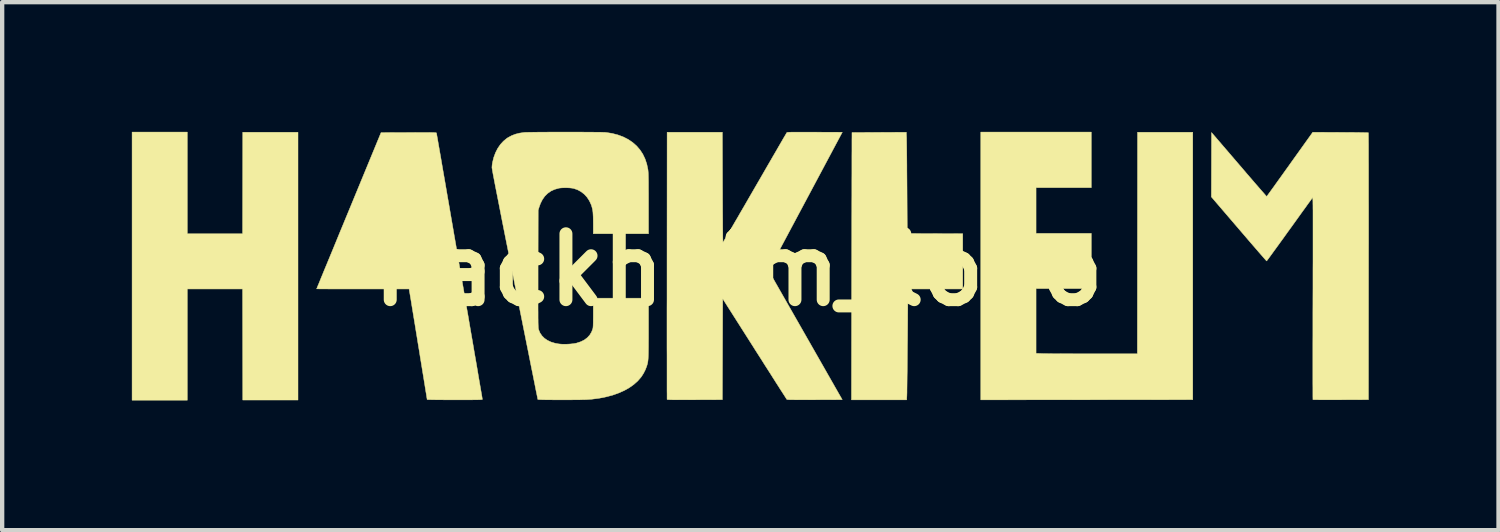
<source format=kicad_pcb>
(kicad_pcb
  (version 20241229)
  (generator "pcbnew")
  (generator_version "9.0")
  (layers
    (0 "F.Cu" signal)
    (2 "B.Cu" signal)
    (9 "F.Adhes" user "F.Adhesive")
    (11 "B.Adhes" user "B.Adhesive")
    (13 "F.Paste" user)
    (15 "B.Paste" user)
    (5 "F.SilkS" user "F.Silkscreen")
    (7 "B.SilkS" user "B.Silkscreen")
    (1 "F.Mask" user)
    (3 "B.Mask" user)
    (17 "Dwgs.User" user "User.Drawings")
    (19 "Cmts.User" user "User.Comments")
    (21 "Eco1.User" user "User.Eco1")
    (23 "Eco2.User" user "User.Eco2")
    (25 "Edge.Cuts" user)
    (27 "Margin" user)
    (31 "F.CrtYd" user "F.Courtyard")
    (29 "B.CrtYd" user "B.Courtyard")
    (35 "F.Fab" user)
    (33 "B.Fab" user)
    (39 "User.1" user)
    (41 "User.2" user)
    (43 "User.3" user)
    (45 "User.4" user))
  (footprint "hackheim_logo"
    (layer "F.Cu")
    (at 14.032 3.192)
    (property "Reference" "hackheim_logo" (at 0 0 0) (layer "F.SilkS") (effects (font (size 1.524 1.524) (thickness 0.3))))
    (attr through_hole)
    (fp_poly (pts (xy -12.749 -0.836) (xy -11.471 -0.836) (xy -11.467 -3.183) (xy -10.189 -3.183) (xy -10.189 3.011) (xy -11.467 3.011) (xy -11.469 1.727) (xy -11.471 0.442) (xy -12.749 0.442) (xy -12.749 3.015) (xy -14.027 3.015) (xy -14.027 -3.187) (xy -12.749 -3.187) (xy -12.749 -0.836)) (stroke (width 0.01) (type solid)) (fill yes) (layer "F.SilkS"))
    (fp_poly (pts (xy 8.161 -1.901) (xy 6.883 -1.901) (xy 6.883 -0.844) (xy 8.161 -0.844) (xy 8.161 0.434) (xy 6.883 0.434) (xy 6.883 1.931) (xy 7.019 1.936) (xy 7.045 1.937) (xy 7.085 1.938) (xy 7.14 1.938) (xy 7.208 1.939) (xy 7.287 1.94) (xy 7.377 1.94) (xy 7.477 1.941) (xy 7.585 1.941) (xy 7.7 1.941) (xy 7.821 1.942) (xy 7.947 1.942) (xy 8.076 1.942) (xy 8.191 1.942) (xy 9.226 1.942) (xy 9.228 -0.621) (xy 9.23 -3.183) (xy 10.508 -3.183) (xy 10.508 3.003) (xy 8.056 3.005) (xy 5.604 3.007) (xy 5.604 -3.187) (xy 8.161 -3.187) (xy 8.161 -1.901)) (stroke (width 0.01) (type solid)) (fill yes) (layer "F.SilkS"))
    (fp_poly (pts (xy 3.887 -3.068) (xy 3.888 -3.046) (xy 3.888 -3.008) (xy 3.889 -2.956) (xy 3.89 -2.891) (xy 3.891 -2.814) (xy 3.892 -2.726) (xy 3.893 -2.629) (xy 3.894 -2.523) (xy 3.895 -2.409) (xy 3.895 -2.289) (xy 3.896 -2.164) (xy 3.897 -2.034) (xy 3.898 -1.902) (xy 3.898 -1.897) (xy 3.904 -0.84) (xy 4.545 -0.838) (xy 5.187 -0.836) (xy 5.187 0.442) (xy 3.917 0.442) (xy 3.917 0.604) (xy 3.917 0.651) (xy 3.916 0.71) (xy 3.916 0.781) (xy 3.916 0.863) (xy 3.915 0.954) (xy 3.914 1.054) (xy 3.914 1.16) (xy 3.913 1.272) (xy 3.912 1.389) (xy 3.911 1.509) (xy 3.91 1.631) (xy 3.908 1.754) (xy 3.907 1.877) (xy 3.906 1.999) (xy 3.905 2.118) (xy 3.904 2.233) (xy 3.903 2.343) (xy 3.901 2.447) (xy 3.9 2.543) (xy 3.899 2.631) (xy 3.898 2.709) (xy 3.897 2.776) (xy 3.897 2.831) (xy 3.896 2.872) (xy 3.895 2.899) (xy 3.895 2.907) (xy 3.89 3.007) (xy 2.613 3.007) (xy 2.618 -0.084) (xy 2.619 -0.308) (xy 2.619 -0.528) (xy 2.62 -0.743) (xy 2.62 -0.953) (xy 2.62 -1.157) (xy 2.621 -1.354) (xy 2.621 -1.545) (xy 2.622 -1.728) (xy 2.622 -1.902) (xy 2.622 -2.068) (xy 2.623 -2.225) (xy 2.623 -2.372) (xy 2.623 -2.508) (xy 2.623 -2.633) (xy 2.624 -2.747) (xy 2.624 -2.849) (xy 2.624 -2.938) (xy 2.624 -3.014) (xy 2.625 -3.076) (xy 2.625 -3.124) (xy 2.625 -3.156) (xy 2.625 -3.174) (xy 2.625 -3.176) (xy 2.633 -3.177) (xy 2.656 -3.177) (xy 2.694 -3.177) (xy 2.743 -3.178) (xy 2.805 -3.178) (xy 2.876 -3.178) (xy 2.956 -3.179) (xy 3.044 -3.179) (xy 3.138 -3.18) (xy 3.237 -3.18) (xy 3.254 -3.18) (xy 3.882 -3.183) (xy 3.887 -3.068)) (stroke (width 0.01) (type solid)) (fill yes) (layer "F.SilkS"))
    (fp_poly (pts (xy 1.548 -3.186) (xy 1.651 -3.186) (xy 1.764 -3.185) (xy 2.401 -3.183) (xy 0.695 0.015) (xy 1.548 1.509) (xy 2.4 3.003) (xy 1.764 3.005) (xy 1.642 3.005) (xy 1.535 3.006) (xy 1.443 3.006) (xy 1.365 3.005) (xy 1.299 3.005) (xy 1.245 3.004) (xy 1.202 3.004) (xy 1.169 3.003) (xy 1.145 3.001) (xy 1.129 3) (xy 1.12 2.998) (xy 1.118 2.997) (xy 1.113 2.989) (xy 1.099 2.968) (xy 1.078 2.934) (xy 1.049 2.889) (xy 1.013 2.833) (xy 0.97 2.767) (xy 0.922 2.691) (xy 0.868 2.607) (xy 0.809 2.514) (xy 0.746 2.414) (xy 0.678 2.308) (xy 0.606 2.196) (xy 0.532 2.078) (xy 0.454 1.956) (xy 0.374 1.831) (xy 0.372 1.827) (xy -0.365 0.668) (xy -0.369 1.836) (xy -0.373 3.003) (xy -1.01 3.005) (xy -1.132 3.005) (xy -1.238 3.006) (xy -1.33 3.006) (xy -1.408 3.005) (xy -1.473 3.005) (xy -1.527 3.005) (xy -1.569 3.004) (xy -1.602 3.003) (xy -1.626 3.001) (xy -1.641 3) (xy -1.649 2.998) (xy -1.651 2.997) (xy -1.652 2.988) (xy -1.652 2.963) (xy -1.652 2.923) (xy -1.652 2.869) (xy -1.653 2.8) (xy -1.653 2.718) (xy -1.653 2.623) (xy -1.653 2.515) (xy -1.653 2.395) (xy -1.653 2.265) (xy -1.653 2.123) (xy -1.653 1.971) (xy -1.654 1.81) (xy -1.654 1.64) (xy -1.654 1.461) (xy -1.654 1.275) (xy -1.654 1.081) (xy -1.654 0.881) (xy -1.653 0.674) (xy -1.653 0.461) (xy -1.653 0.244) (xy -1.653 0.022) (xy -1.653 -0.098) (xy -1.651 -3.183) (xy -0.373 -3.183) (xy -0.369 -1.912) (xy -0.368 -1.769) (xy -0.368 -1.63) (xy -0.367 -1.497) (xy -0.367 -1.37) (xy -0.366 -1.25) (xy -0.365 -1.138) (xy -0.365 -1.035) (xy -0.364 -0.942) (xy -0.363 -0.859) (xy -0.363 -0.788) (xy -0.362 -0.73) (xy -0.361 -0.685) (xy -0.361 -0.654) (xy -0.36 -0.638) (xy -0.36 -0.636) (xy -0.355 -0.642) (xy -0.343 -0.662) (xy -0.323 -0.695) (xy -0.297 -0.74) (xy -0.264 -0.796) (xy -0.224 -0.863) (xy -0.179 -0.939) (xy -0.129 -1.025) (xy -0.074 -1.12) (xy -0.014 -1.222) (xy 0.049 -1.332) (xy 0.117 -1.448) (xy 0.187 -1.569) (xy 0.26 -1.696) (xy 0.336 -1.827) (xy 0.376 -1.896) (xy 0.453 -2.029) (xy 0.528 -2.158) (xy 0.6 -2.283) (xy 0.669 -2.403) (xy 0.735 -2.516) (xy 0.797 -2.624) (xy 0.855 -2.723) (xy 0.908 -2.815) (xy 0.956 -2.898) (xy 0.999 -2.972) (xy 1.035 -3.035) (xy 1.066 -3.087) (xy 1.09 -3.128) (xy 1.106 -3.156) (xy 1.115 -3.171) (xy 1.117 -3.174) (xy 1.119 -3.176) (xy 1.125 -3.179) (xy 1.134 -3.18) (xy 1.147 -3.182) (xy 1.166 -3.183) (xy 1.192 -3.184) (xy 1.225 -3.185) (xy 1.268 -3.186) (xy 1.32 -3.186) (xy 1.384 -3.186) (xy 1.459 -3.186) (xy 1.548 -3.186)) (stroke (width 0.01) (type solid)) (fill yes) (layer "F.SilkS"))
    (fp_poly (pts (xy -7.184 -3.178) (xy -7.132 -3.177) (xy -7.09 -3.177) (xy -7.057 -3.176) (xy -7.032 -3.175) (xy -7.014 -3.174) (xy -7.001 -3.172) (xy -6.993 -3.171) (xy -6.989 -3.168) (xy -6.986 -3.166) (xy -6.986 -3.165) (xy -6.984 -3.156) (xy -6.98 -3.131) (xy -6.973 -3.091) (xy -6.963 -3.038) (xy -6.952 -2.971) (xy -6.938 -2.891) (xy -6.922 -2.799) (xy -6.904 -2.696) (xy -6.884 -2.582) (xy -6.863 -2.458) (xy -6.84 -2.324) (xy -6.815 -2.182) (xy -6.789 -2.032) (xy -6.762 -1.875) (xy -6.734 -1.711) (xy -6.704 -1.541) (xy -6.674 -1.366) (xy -6.643 -1.186) (xy -6.611 -1.002) (xy -6.579 -0.815) (xy -6.546 -0.626) (xy -6.513 -0.434) (xy -6.48 -0.241) (xy -6.447 -0.048) (xy -6.413 0.145) (xy -6.38 0.338) (xy -6.347 0.528) (xy -6.315 0.717) (xy -6.283 0.903) (xy -6.251 1.085) (xy -6.221 1.263) (xy -6.191 1.437) (xy -6.162 1.604) (xy -6.134 1.766) (xy -6.108 1.921) (xy -6.082 2.068) (xy -6.058 2.206) (xy -6.036 2.336) (xy -6.016 2.456) (xy -5.997 2.566) (xy -5.98 2.665) (xy -5.965 2.752) (xy -5.952 2.827) (xy -5.941 2.889) (xy -5.933 2.938) (xy -5.928 2.971) (xy -5.924 2.99) (xy -5.924 2.994) (xy -5.925 2.996) (xy -5.929 2.999) (xy -5.938 3) (xy -5.951 3.002) (xy -5.971 3.003) (xy -5.998 3.004) (xy -6.033 3.005) (xy -6.077 3.006) (xy -6.132 3.006) (xy -6.198 3.007) (xy -6.277 3.007) (xy -6.369 3.007) (xy -6.476 3.007) (xy -6.563 3.007) (xy -6.664 3.007) (xy -6.76 3.007) (xy -6.849 3.006) (xy -6.932 3.006) (xy -7.005 3.005) (xy -7.069 3.004) (xy -7.122 3.003) (xy -7.163 3.002) (xy -7.19 3.001) (xy -7.202 3) (xy -7.202 3) (xy -7.203 2.991) (xy -7.207 2.967) (xy -7.213 2.929) (xy -7.221 2.878) (xy -7.232 2.815) (xy -7.244 2.742) (xy -7.257 2.658) (xy -7.272 2.566) (xy -7.288 2.466) (xy -7.306 2.359) (xy -7.324 2.247) (xy -7.343 2.13) (xy -7.363 2.01) (xy -7.382 1.887) (xy -7.403 1.763) (xy -7.423 1.639) (xy -7.443 1.515) (xy -7.463 1.394) (xy -7.482 1.275) (xy -7.501 1.16) (xy -7.519 1.051) (xy -7.536 0.947) (xy -7.552 0.85) (xy -7.566 0.762) (xy -7.579 0.683) (xy -7.591 0.614) (xy -7.6 0.557) (xy -7.608 0.512) (xy -7.613 0.48) (xy -7.616 0.463) (xy -7.616 0.461) (xy -7.62 0.442) (xy -8.689 0.442) (xy -8.82 0.442) (xy -8.947 0.442) (xy -9.067 0.442) (xy -9.182 0.442) (xy -9.288 0.442) (xy -9.387 0.442) (xy -9.476 0.442) (xy -9.554 0.441) (xy -9.621 0.441) (xy -9.676 0.441) (xy -9.718 0.44) (xy -9.746 0.44) (xy -9.758 0.44) (xy -9.759 0.44) (xy -9.755 0.432) (xy -9.746 0.41) (xy -9.732 0.374) (xy -9.711 0.325) (xy -9.686 0.263) (xy -9.656 0.189) (xy -9.621 0.105) (xy -9.582 0.009) (xy -9.538 -0.096) (xy -9.491 -0.21) (xy -9.44 -0.333) (xy -9.386 -0.464) (xy -9.329 -0.603) (xy -9.27 -0.747) (xy -9.208 -0.898) (xy -9.143 -1.054) (xy -9.077 -1.215) (xy -9.013 -1.369) (xy -8.268 -3.175) (xy -7.629 -3.177) (xy -7.512 -3.177) (xy -7.409 -3.178) (xy -7.321 -3.178) (xy -7.247 -3.178) (xy -7.184 -3.178)) (stroke (width 0.01) (type solid)) (fill yes) (layer "F.SilkS"))
    (fp_poly (pts (xy 13.923 -3.18) (xy 14.024 -3.18) (xy 14.121 -3.179) (xy 14.211 -3.179) (xy 14.294 -3.178) (xy 14.369 -3.177) (xy 14.433 -3.176) (xy 14.487 -3.175) (xy 14.528 -3.174) (xy 14.556 -3.173) (xy 14.569 -3.172) (xy 14.57 -3.172) (xy 14.571 -3.163) (xy 14.571 -3.139) (xy 14.571 -3.099) (xy 14.572 -3.045) (xy 14.572 -2.977) (xy 14.573 -2.895) (xy 14.573 -2.8) (xy 14.573 -2.692) (xy 14.573 -2.573) (xy 14.574 -2.443) (xy 14.574 -2.301) (xy 14.574 -2.15) (xy 14.574 -1.989) (xy 14.574 -1.819) (xy 14.574 -1.641) (xy 14.575 -1.454) (xy 14.575 -1.261) (xy 14.575 -1.06) (xy 14.575 -0.854) (xy 14.575 -0.642) (xy 14.574 -0.424) (xy 14.574 -0.203) (xy 14.574 -0.082) (xy 14.572 3.003) (xy 13.932 3.005) (xy 13.832 3.005) (xy 13.735 3.005) (xy 13.645 3.005) (xy 13.562 3.005) (xy 13.488 3.005) (xy 13.423 3.005) (xy 13.37 3.004) (xy 13.329 3.004) (xy 13.301 3.003) (xy 13.288 3.002) (xy 13.287 3.002) (xy 13.287 2.993) (xy 13.287 2.969) (xy 13.286 2.93) (xy 13.286 2.876) (xy 13.286 2.808) (xy 13.286 2.728) (xy 13.285 2.634) (xy 13.285 2.529) (xy 13.285 2.413) (xy 13.285 2.287) (xy 13.285 2.15) (xy 13.285 2.004) (xy 13.285 1.85) (xy 13.285 1.687) (xy 13.286 1.518) (xy 13.286 1.342) (xy 13.286 1.159) (xy 13.286 0.972) (xy 13.287 0.78) (xy 13.287 0.656) (xy 13.288 0.423) (xy 13.288 0.204) (xy 13.288 0.002) (xy 13.289 -0.186) (xy 13.289 -0.36) (xy 13.289 -0.52) (xy 13.289 -0.667) (xy 13.289 -0.801) (xy 13.289 -0.923) (xy 13.289 -1.034) (xy 13.289 -1.133) (xy 13.289 -1.222) (xy 13.289 -1.301) (xy 13.289 -1.371) (xy 13.288 -1.432) (xy 13.288 -1.485) (xy 13.287 -1.529) (xy 13.287 -1.567) (xy 13.286 -1.598) (xy 13.285 -1.622) (xy 13.285 -1.641) (xy 13.284 -1.655) (xy 13.283 -1.665) (xy 13.282 -1.67) (xy 13.281 -1.672) (xy 13.28 -1.671) (xy 13.274 -1.663) (xy 13.258 -1.643) (xy 13.235 -1.61) (xy 13.204 -1.568) (xy 13.165 -1.515) (xy 13.121 -1.453) (xy 13.07 -1.383) (xy 13.015 -1.307) (xy 12.955 -1.223) (xy 12.891 -1.134) (xy 12.824 -1.041) (xy 12.754 -0.944) (xy 12.745 -0.932) (xy 12.675 -0.835) (xy 12.608 -0.741) (xy 12.544 -0.653) (xy 12.484 -0.57) (xy 12.428 -0.493) (xy 12.377 -0.423) (xy 12.333 -0.362) (xy 12.294 -0.309) (xy 12.263 -0.266) (xy 12.239 -0.234) (xy 12.223 -0.213) (xy 12.216 -0.205) (xy 12.216 -0.205) (xy 12.21 -0.211) (xy 12.194 -0.229) (xy 12.169 -0.257) (xy 12.135 -0.296) (xy 12.092 -0.345) (xy 12.043 -0.401) (xy 11.987 -0.466) (xy 11.925 -0.538) (xy 11.857 -0.616) (xy 11.785 -0.7) (xy 11.709 -0.789) (xy 11.63 -0.881) (xy 11.574 -0.946) (xy 10.938 -1.688) (xy 10.94 -2.432) (xy 10.942 -3.177) (xy 11.577 -2.437) (xy 11.659 -2.342) (xy 11.737 -2.25) (xy 11.812 -2.163) (xy 11.883 -2.081) (xy 11.948 -2.005) (xy 12.008 -1.936) (xy 12.062 -1.874) (xy 12.109 -1.82) (xy 12.149 -1.775) (xy 12.18 -1.739) (xy 12.202 -1.714) (xy 12.215 -1.701) (xy 12.218 -1.698) (xy 12.223 -1.705) (xy 12.238 -1.724) (xy 12.26 -1.755) (xy 12.291 -1.797) (xy 12.328 -1.849) (xy 12.372 -1.909) (xy 12.421 -1.978) (xy 12.476 -2.055) (xy 12.536 -2.138) (xy 12.599 -2.226) (xy 12.666 -2.32) (xy 12.736 -2.417) (xy 12.753 -2.442) (xy 13.283 -3.183) (xy 13.923 -3.18)) (stroke (width 0.01) (type solid)) (fill yes) (layer "F.SilkS"))
    (fp_poly (pts (xy -3.889 -3.187) (xy -3.779 -3.187) (xy -3.673 -3.187) (xy -3.57 -3.186) (xy -3.474 -3.186) (xy -3.384 -3.185) (xy -3.302 -3.184) (xy -3.231 -3.184) (xy -3.17 -3.183) (xy -3.122 -3.181) (xy -3.087 -3.18) (xy -3.068 -3.179) (xy -2.923 -3.156) (xy -2.788 -3.121) (xy -2.664 -3.075) (xy -2.551 -3.017) (xy -2.449 -2.948) (xy -2.358 -2.868) (xy -2.28 -2.778) (xy -2.214 -2.678) (xy -2.161 -2.567) (xy -2.121 -2.447) (xy -2.094 -2.318) (xy -2.094 -2.316) (xy -2.092 -2.299) (xy -2.09 -2.278) (xy -2.088 -2.253) (xy -2.086 -2.224) (xy -2.085 -2.187) (xy -2.084 -2.144) (xy -2.083 -2.092) (xy -2.082 -2.03) (xy -2.082 -1.958) (xy -2.082 -1.874) (xy -2.081 -1.777) (xy -2.081 -1.665) (xy -2.081 -1.539) (xy -2.081 -0.836) (xy -3.359 -0.836) (xy -3.359 -1.068) (xy -3.36 -1.153) (xy -3.361 -1.225) (xy -3.364 -1.284) (xy -3.367 -1.335) (xy -3.373 -1.379) (xy -3.381 -1.418) (xy -3.391 -1.456) (xy -3.403 -1.495) (xy -3.408 -1.508) (xy -3.45 -1.599) (xy -3.503 -1.68) (xy -3.567 -1.75) (xy -3.642 -1.808) (xy -3.725 -1.853) (xy -3.806 -1.881) (xy -3.849 -1.89) (xy -3.904 -1.896) (xy -3.965 -1.899) (xy -4.027 -1.899) (xy -4.086 -1.897) (xy -4.138 -1.892) (xy -4.155 -1.889) (xy -4.251 -1.862) (xy -4.337 -1.823) (xy -4.413 -1.77) (xy -4.479 -1.705) (xy -4.535 -1.626) (xy -4.581 -1.535) (xy -4.61 -1.454) (xy -4.633 -1.381) (xy -4.636 -0.025) (xy -4.636 0.15) (xy -4.636 0.309) (xy -4.636 0.453) (xy -4.637 0.583) (xy -4.637 0.7) (xy -4.637 0.804) (xy -4.637 0.896) (xy -4.636 0.978) (xy -4.636 1.049) (xy -4.636 1.11) (xy -4.635 1.163) (xy -4.635 1.208) (xy -4.634 1.245) (xy -4.633 1.277) (xy -4.632 1.302) (xy -4.631 1.323) (xy -4.63 1.339) (xy -4.629 1.352) (xy -4.627 1.363) (xy -4.625 1.371) (xy -4.623 1.379) (xy -4.622 1.385) (xy -4.591 1.459) (xy -4.546 1.525) (xy -4.489 1.582) (xy -4.419 1.63) (xy -4.337 1.669) (xy -4.244 1.697) (xy -4.157 1.713) (xy -4.095 1.719) (xy -4.025 1.72) (xy -3.951 1.719) (xy -3.878 1.714) (xy -3.81 1.706) (xy -3.753 1.696) (xy -3.743 1.693) (xy -3.648 1.662) (xy -3.566 1.621) (xy -3.497 1.569) (xy -3.441 1.508) (xy -3.399 1.438) (xy -3.372 1.369) (xy -3.369 1.355) (xy -3.366 1.339) (xy -3.364 1.317) (xy -3.362 1.289) (xy -3.361 1.252) (xy -3.36 1.206) (xy -3.36 1.149) (xy -3.359 1.078) (xy -3.359 0.993) (xy -3.359 0.99) (xy -3.359 0.655) (xy -2.081 0.655) (xy -2.081 1.343) (xy -2.081 1.471) (xy -2.081 1.584) (xy -2.082 1.684) (xy -2.082 1.77) (xy -2.083 1.844) (xy -2.084 1.908) (xy -2.085 1.963) (xy -2.087 2.01) (xy -2.089 2.049) (xy -2.092 2.082) (xy -2.095 2.111) (xy -2.099 2.136) (xy -2.103 2.159) (xy -2.109 2.181) (xy -2.115 2.203) (xy -2.122 2.225) (xy -2.123 2.229) (xy -2.154 2.31) (xy -2.196 2.393) (xy -2.244 2.468) (xy -2.253 2.481) (xy -2.33 2.57) (xy -2.421 2.651) (xy -2.525 2.725) (xy -2.642 2.791) (xy -2.771 2.848) (xy -2.911 2.898) (xy -3.063 2.938) (xy -3.224 2.97) (xy -3.394 2.992) (xy -3.47 2.998) (xy -3.504 3) (xy -3.55 3.002) (xy -3.606 3.003) (xy -3.671 3.005) (xy -3.743 3.006) (xy -3.822 3.006) (xy -3.904 3.007) (xy -3.989 3.007) (xy -4.075 3.007) (xy -4.16 3.007) (xy -4.243 3.007) (xy -4.323 3.006) (xy -4.397 3.006) (xy -4.464 3.005) (xy -4.523 3.004) (xy -4.571 3.002) (xy -4.608 3.001) (xy -4.632 2.999) (xy -4.642 2.997) (xy -4.642 2.997) (xy -4.644 2.988) (xy -4.648 2.964) (xy -4.656 2.925) (xy -4.667 2.871) (xy -4.681 2.804) (xy -4.697 2.724) (xy -4.715 2.631) (xy -4.736 2.527) (xy -4.759 2.411) (xy -4.785 2.284) (xy -4.812 2.148) (xy -4.841 2.002) (xy -4.872 1.846) (xy -4.905 1.683) (xy -4.939 1.512) (xy -4.975 1.333) (xy -5.012 1.148) (xy -5.05 0.958) (xy -5.089 0.761) (xy -5.129 0.56) (xy -5.17 0.355) (xy -5.174 0.336) (xy -5.231 0.049) (xy -5.285 -0.221) (xy -5.335 -0.475) (xy -5.383 -0.714) (xy -5.427 -0.936) (xy -5.468 -1.142) (xy -5.505 -1.332) (xy -5.539 -1.506) (xy -5.57 -1.664) (xy -5.598 -1.806) (xy -5.623 -1.932) (xy -5.644 -2.042) (xy -5.662 -2.136) (xy -5.677 -2.214) (xy -5.688 -2.276) (xy -5.696 -2.322) (xy -5.701 -2.352) (xy -5.703 -2.365) (xy -5.703 -2.365) (xy -5.701 -2.399) (xy -5.697 -2.439) (xy -5.69 -2.48) (xy -5.69 -2.483) (xy -5.661 -2.601) (xy -5.62 -2.711) (xy -5.569 -2.811) (xy -5.507 -2.901) (xy -5.436 -2.978) (xy -5.357 -3.043) (xy -5.332 -3.059) (xy -5.249 -3.104) (xy -5.162 -3.138) (xy -5.068 -3.162) (xy -4.962 -3.178) (xy -4.953 -3.179) (xy -4.93 -3.18) (xy -4.893 -3.181) (xy -4.841 -3.182) (xy -4.778 -3.183) (xy -4.704 -3.184) (xy -4.621 -3.185) (xy -4.529 -3.186) (xy -4.431 -3.186) (xy -4.328 -3.187) (xy -4.221 -3.187) (xy -4.111 -3.187) (xy -4 -3.187) (xy -3.889 -3.187)) (stroke (width 0.01) (type solid)) (fill yes) (layer "F.SilkS")))
  (gr_rect
    (start -3 -3)
    (end 31.612 9.213)
    (stroke (width 0.1) (type default))
    (fill no)
    (layer "Edge.Cuts")))
</source>
